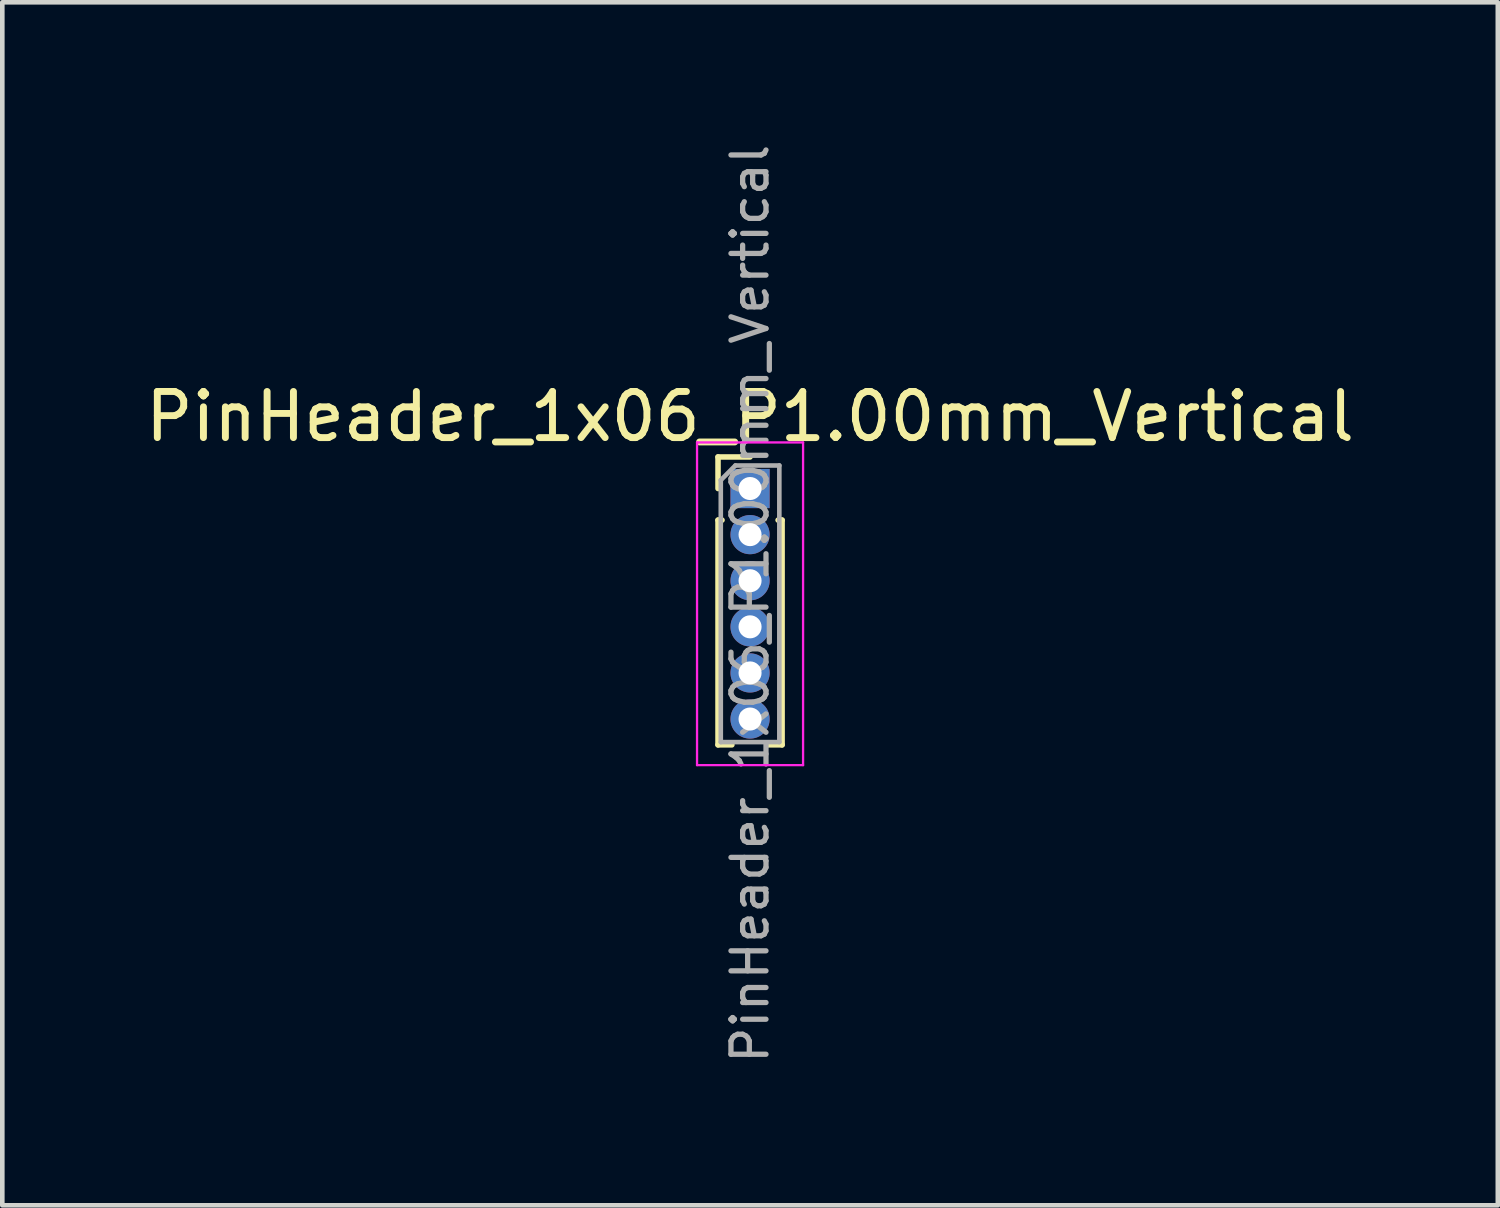
<source format=kicad_pcb>
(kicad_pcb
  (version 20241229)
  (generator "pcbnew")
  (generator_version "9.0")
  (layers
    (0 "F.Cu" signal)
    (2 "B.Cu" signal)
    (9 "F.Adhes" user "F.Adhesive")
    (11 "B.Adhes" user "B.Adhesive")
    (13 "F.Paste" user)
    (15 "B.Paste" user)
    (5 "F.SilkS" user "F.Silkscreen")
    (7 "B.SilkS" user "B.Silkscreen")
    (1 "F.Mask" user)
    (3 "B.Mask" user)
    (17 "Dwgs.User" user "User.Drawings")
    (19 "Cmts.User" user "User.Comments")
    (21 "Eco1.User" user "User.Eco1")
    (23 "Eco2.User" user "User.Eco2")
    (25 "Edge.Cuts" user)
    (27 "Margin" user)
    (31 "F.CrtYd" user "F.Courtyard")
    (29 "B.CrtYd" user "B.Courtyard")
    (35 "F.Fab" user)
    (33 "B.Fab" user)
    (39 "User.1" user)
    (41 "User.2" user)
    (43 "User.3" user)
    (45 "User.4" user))
  (footprint "PinHeader_1x06_P1.00mm_Vertical"
    (layer "F.Cu")
    (at 13.22 7.547)
    (property "Reference" "PinHeader_1x06_P1.00mm_Vertical" (at 0 -1.56 0) (layer "F.SilkS") (effects (font (size 1 1) (thickness 0.15))))
    (attr through_hole)
    (fp_line (start -0.695 -0.685) (end 0 -0.685) (stroke (width 0.12) (type solid)) (layer "F.SilkS"))
    (fp_line (start -0.695 0) (end -0.695 -0.685) (stroke (width 0.12) (type solid)) (layer "F.SilkS"))
    (fp_line (start -0.695 0.685) (end -0.695 5.56) (stroke (width 0.12) (type solid)) (layer "F.SilkS"))
    (fp_line (start -0.695 0.685) (end -0.608 0.685) (stroke (width 0.12) (type solid)) (layer "F.SilkS"))
    (fp_line (start -0.695 5.56) (end -0.394 5.56) (stroke (width 0.12) (type solid)) (layer "F.SilkS"))
    (fp_line (start 0.394 5.56) (end 0.695 5.56) (stroke (width 0.12) (type solid)) (layer "F.SilkS"))
    (fp_line (start 0.608 0.685) (end 0.695 0.685) (stroke (width 0.12) (type solid)) (layer "F.SilkS"))
    (fp_line (start 0.695 0.685) (end 0.695 5.56) (stroke (width 0.12) (type solid)) (layer "F.SilkS"))
    (fp_line (start -1.15 -1) (end -1.15 6) (stroke (width 0.05) (type solid)) (layer "F.CrtYd"))
    (fp_line (start -1.15 6) (end 1.15 6) (stroke (width 0.05) (type solid)) (layer "F.CrtYd"))
    (fp_line (start 1.15 -1) (end -1.15 -1) (stroke (width 0.05) (type solid)) (layer "F.CrtYd"))
    (fp_line (start 1.15 6) (end 1.15 -1) (stroke (width 0.05) (type solid)) (layer "F.CrtYd"))
    (fp_line (start -0.635 -0.182) (end -0.318 -0.5) (stroke (width 0.1) (type solid)) (layer "F.Fab"))
    (fp_line (start -0.635 5.5) (end -0.635 -0.182) (stroke (width 0.1) (type solid)) (layer "F.Fab"))
    (fp_line (start -0.318 -0.5) (end 0.635 -0.5) (stroke (width 0.1) (type solid)) (layer "F.Fab"))
    (fp_line (start 0.635 -0.5) (end 0.635 5.5) (stroke (width 0.1) (type solid)) (layer "F.Fab"))
    (fp_line (start 0.635 5.5) (end -0.635 5.5) (stroke (width 0.1) (type solid)) (layer "F.Fab"))
    (fp_text user "${REFERENCE}" (at 0 2.5 90) (layer "F.Fab") (effects (font (size 0.76 0.76) (thickness 0.114))))
    (pad "1" thru_hole rect (at 0 0) (size 0.85 0.85) (drill 0.5) (layers "*.Cu" "*.Mask"))
    (pad "2" thru_hole oval (at 0 1) (size 0.85 0.85) (drill 0.5) (layers "*.Cu" "*.Mask"))
    (pad "3" thru_hole oval (at 0 2) (size 0.85 0.85) (drill 0.5) (layers "*.Cu" "*.Mask"))
    (pad "4" thru_hole oval (at 0 3) (size 0.85 0.85) (drill 0.5) (layers "*.Cu" "*.Mask"))
    (pad "5" thru_hole oval (at 0 4) (size 0.85 0.85) (drill 0.5) (layers "*.Cu" "*.Mask"))
    (pad "6" thru_hole oval (at 0 5) (size 0.85 0.85) (drill 0.5) (layers "*.Cu" "*.Mask")))
  (gr_rect
    (start -3 -3)
    (end 29.44 23.095)
    (stroke (width 0.1) (type default))
    (fill no)
    (layer "Edge.Cuts")))
</source>
